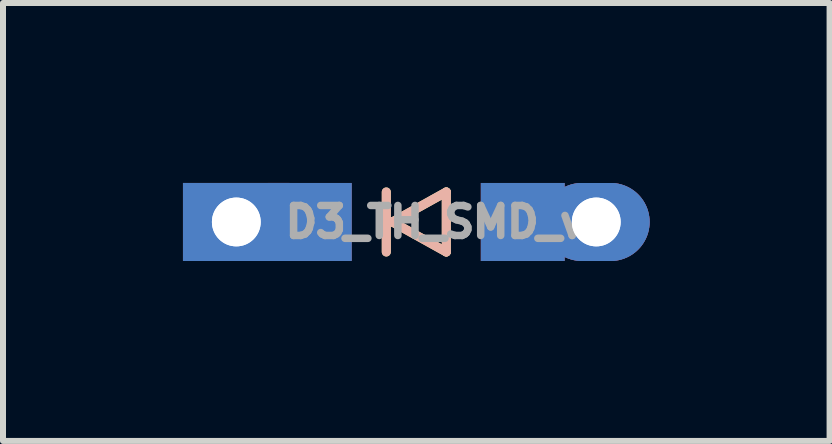
<source format=kicad_pcb>
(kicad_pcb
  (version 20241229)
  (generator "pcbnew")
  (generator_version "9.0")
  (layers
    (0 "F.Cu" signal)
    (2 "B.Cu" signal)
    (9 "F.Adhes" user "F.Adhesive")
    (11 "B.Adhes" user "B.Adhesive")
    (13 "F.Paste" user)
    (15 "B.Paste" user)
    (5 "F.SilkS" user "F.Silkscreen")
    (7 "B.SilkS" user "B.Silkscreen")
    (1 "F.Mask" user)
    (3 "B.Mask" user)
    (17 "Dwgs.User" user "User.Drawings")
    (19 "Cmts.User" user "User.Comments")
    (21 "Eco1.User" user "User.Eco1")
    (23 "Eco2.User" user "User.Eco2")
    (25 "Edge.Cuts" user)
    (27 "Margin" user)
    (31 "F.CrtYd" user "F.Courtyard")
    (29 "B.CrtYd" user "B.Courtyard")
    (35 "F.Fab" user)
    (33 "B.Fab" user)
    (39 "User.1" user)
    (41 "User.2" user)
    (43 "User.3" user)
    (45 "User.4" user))
  (footprint "D3_TH_SMD_v3"
    (layer "F.Cu")
    (at 3.889 0.65)
    (property "Reference" "D3_TH_SMD_v3" (at 0.55 0 180) (layer "F.Fab") (effects (font (size 0.5 0.5) (thickness 0.125))))
    (attr through_hole)
    (fp_line (start -0.5 -0.5) (end -0.5 0.5) (stroke (width 0.15) (type solid)) (layer "F.SilkS"))
    (fp_line (start -0.4 0) (end 0.5 -0.5) (stroke (width 0.15) (type solid)) (layer "F.SilkS"))
    (fp_line (start 0.5 -0.5) (end 0.5 0.5) (stroke (width 0.15) (type solid)) (layer "F.SilkS"))
    (fp_line (start 0.5 0.5) (end -0.4 0) (stroke (width 0.15) (type solid)) (layer "F.SilkS"))
    (fp_line (start -0.5 -0.5) (end -0.5 0.5) (stroke (width 0.15) (type solid)) (layer "B.SilkS"))
    (fp_line (start -0.4 0) (end 0.5 -0.5) (stroke (width 0.15) (type solid)) (layer "B.SilkS"))
    (fp_line (start 0.5 -0.5) (end 0.5 0.5) (stroke (width 0.15) (type solid)) (layer "B.SilkS"))
    (fp_line (start 0.5 0.5) (end -0.4 0) (stroke (width 0.15) (type solid)) (layer "B.SilkS"))
    (pad "1" thru_hole rect (at -3 0) (size 1.778 1.3) (drill 0.813) (layers "*.Cu" "F.Mask"))
    (pad "1" thru_hole rect (at -3 0) (size 1.778 1.3) (drill 0.813) (layers "*.Cu" "B.Mask"))
    (pad "1" smd rect (at -1.775 0 180) (size 1.4 1.3) (layers "F.Cu" "F.Mask" "F.Paste"))
    (pad "1" smd rect (at -1.775 0 180) (size 1.4 1.3) (layers "B.Cu" "B.Mask" "B.Paste"))
    (pad "2" smd rect (at 1.775 0 180) (size 1.4 1.3) (layers "F.Cu" "F.Mask" "F.Paste"))
    (pad "2" smd rect (at 1.775 0 180) (size 1.4 1.3) (layers "B.Cu" "B.Mask" "B.Paste"))
    (pad "2" thru_hole oval (at 3 0) (size 1.778 1.3) (drill 0.813) (layers "*.Cu" "F.Mask"))
    (pad "2" thru_hole oval (at 3 0) (size 1.778 1.3) (drill 0.813) (layers "*.Cu" "B.Mask")))
  (gr_rect
    (start -3 -3)
    (end 10.778 4.3)
    (stroke (width 0.1) (type default))
    (fill no)
    (layer "Edge.Cuts")))
</source>
